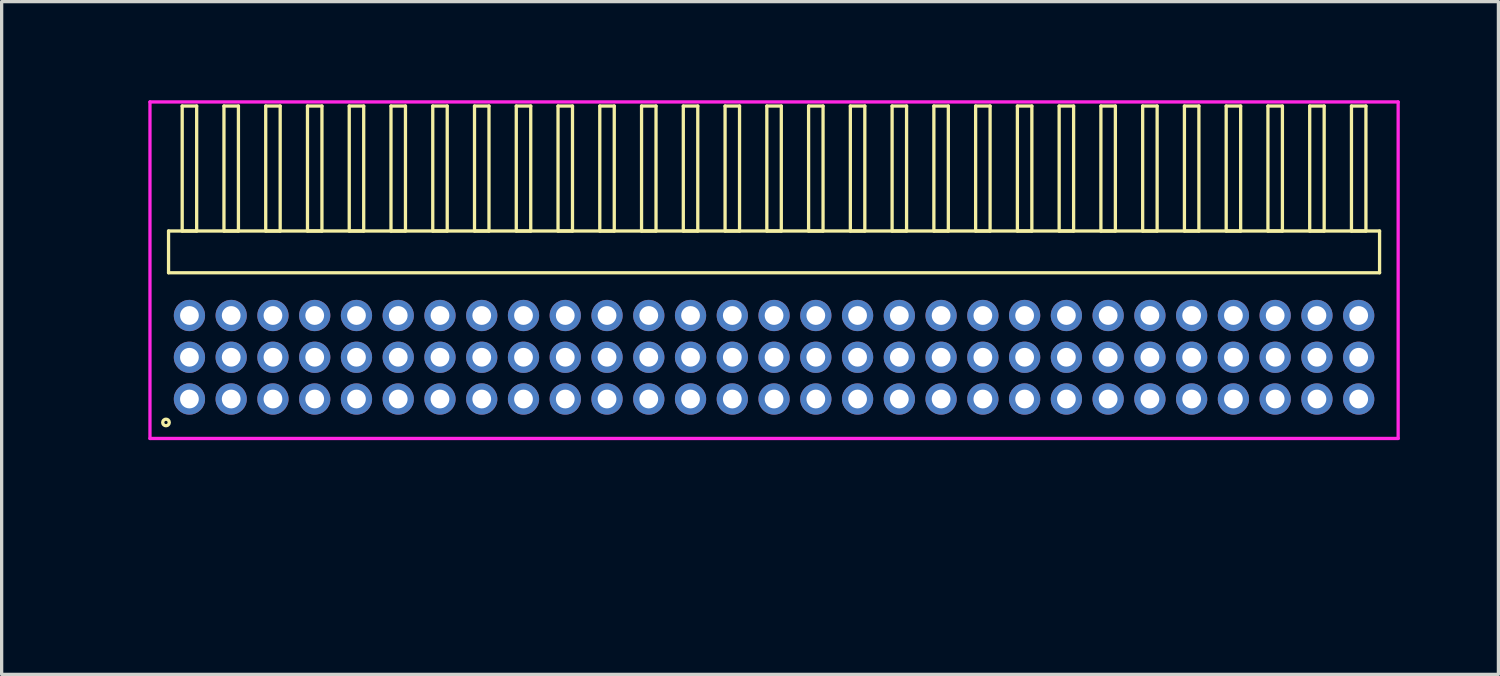
<source format=kicad_pcb>
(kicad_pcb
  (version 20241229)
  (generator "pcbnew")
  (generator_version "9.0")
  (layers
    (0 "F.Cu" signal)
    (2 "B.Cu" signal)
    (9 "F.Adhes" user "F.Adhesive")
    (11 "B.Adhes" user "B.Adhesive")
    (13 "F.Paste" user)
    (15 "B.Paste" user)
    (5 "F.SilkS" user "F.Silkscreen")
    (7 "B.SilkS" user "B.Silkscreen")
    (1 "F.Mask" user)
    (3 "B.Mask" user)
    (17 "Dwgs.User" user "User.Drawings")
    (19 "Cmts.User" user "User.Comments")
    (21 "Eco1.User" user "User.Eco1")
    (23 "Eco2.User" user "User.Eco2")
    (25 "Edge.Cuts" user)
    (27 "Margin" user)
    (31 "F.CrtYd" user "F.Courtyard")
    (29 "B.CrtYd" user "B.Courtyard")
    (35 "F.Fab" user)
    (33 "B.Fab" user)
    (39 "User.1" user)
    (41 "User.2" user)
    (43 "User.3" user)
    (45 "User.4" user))
  (footprint "HDR_RA127P29x3"
    (layer "F.Cu")
    (at 20.491 7.815)
    (property "Reference" "HDR_RA127P29x3" (at -19.73 0 90) (layer "User.1") (effects (font (size 1 1) (thickness 0.1))))
    (attr through_hole)
    (fp_line (start -18.415 -3.84) (end -18.415 -2.57) (stroke (width 0.1) (type solid)) (layer "F.SilkS"))
    (fp_line (start -18.415 -2.57) (end 18.415 -2.57) (stroke (width 0.1) (type solid)) (layer "F.SilkS"))
    (fp_line (start -18 -7.64) (end -18 -3.84) (stroke (width 0.1) (type solid)) (layer "F.SilkS"))
    (fp_line (start -18 -3.84) (end -17.56 -3.84) (stroke (width 0.1) (type solid)) (layer "F.SilkS"))
    (fp_line (start -17.56 -7.64) (end -18 -7.64) (stroke (width 0.1) (type solid)) (layer "F.SilkS"))
    (fp_line (start -17.56 -3.84) (end -17.56 -7.64) (stroke (width 0.1) (type solid)) (layer "F.SilkS"))
    (fp_line (start -16.73 -7.64) (end -16.73 -3.84) (stroke (width 0.1) (type solid)) (layer "F.SilkS"))
    (fp_line (start -16.73 -3.84) (end -16.29 -3.84) (stroke (width 0.1) (type solid)) (layer "F.SilkS"))
    (fp_line (start -16.29 -7.64) (end -16.73 -7.64) (stroke (width 0.1) (type solid)) (layer "F.SilkS"))
    (fp_line (start -16.29 -3.84) (end -16.29 -7.64) (stroke (width 0.1) (type solid)) (layer "F.SilkS"))
    (fp_line (start -15.46 -7.64) (end -15.46 -3.84) (stroke (width 0.1) (type solid)) (layer "F.SilkS"))
    (fp_line (start -15.46 -3.84) (end -15.02 -3.84) (stroke (width 0.1) (type solid)) (layer "F.SilkS"))
    (fp_line (start -15.02 -7.64) (end -15.46 -7.64) (stroke (width 0.1) (type solid)) (layer "F.SilkS"))
    (fp_line (start -15.02 -3.84) (end -15.02 -7.64) (stroke (width 0.1) (type solid)) (layer "F.SilkS"))
    (fp_line (start -14.19 -7.64) (end -14.19 -3.84) (stroke (width 0.1) (type solid)) (layer "F.SilkS"))
    (fp_line (start -14.19 -3.84) (end -13.75 -3.84) (stroke (width 0.1) (type solid)) (layer "F.SilkS"))
    (fp_line (start -13.75 -7.64) (end -14.19 -7.64) (stroke (width 0.1) (type solid)) (layer "F.SilkS"))
    (fp_line (start -13.75 -3.84) (end -13.75 -7.64) (stroke (width 0.1) (type solid)) (layer "F.SilkS"))
    (fp_line (start -12.92 -7.64) (end -12.92 -3.84) (stroke (width 0.1) (type solid)) (layer "F.SilkS"))
    (fp_line (start -12.92 -3.84) (end -12.48 -3.84) (stroke (width 0.1) (type solid)) (layer "F.SilkS"))
    (fp_line (start -12.48 -7.64) (end -12.92 -7.64) (stroke (width 0.1) (type solid)) (layer "F.SilkS"))
    (fp_line (start -12.48 -3.84) (end -12.48 -7.64) (stroke (width 0.1) (type solid)) (layer "F.SilkS"))
    (fp_line (start -11.65 -7.64) (end -11.65 -3.84) (stroke (width 0.1) (type solid)) (layer "F.SilkS"))
    (fp_line (start -11.65 -3.84) (end -11.21 -3.84) (stroke (width 0.1) (type solid)) (layer "F.SilkS"))
    (fp_line (start -11.21 -7.64) (end -11.65 -7.64) (stroke (width 0.1) (type solid)) (layer "F.SilkS"))
    (fp_line (start -11.21 -3.84) (end -11.21 -7.64) (stroke (width 0.1) (type solid)) (layer "F.SilkS"))
    (fp_line (start -10.38 -7.64) (end -10.38 -3.84) (stroke (width 0.1) (type solid)) (layer "F.SilkS"))
    (fp_line (start -10.38 -3.84) (end -9.94 -3.84) (stroke (width 0.1) (type solid)) (layer "F.SilkS"))
    (fp_line (start -9.94 -7.64) (end -10.38 -7.64) (stroke (width 0.1) (type solid)) (layer "F.SilkS"))
    (fp_line (start -9.94 -3.84) (end -9.94 -7.64) (stroke (width 0.1) (type solid)) (layer "F.SilkS"))
    (fp_line (start -9.11 -7.64) (end -9.11 -3.84) (stroke (width 0.1) (type solid)) (layer "F.SilkS"))
    (fp_line (start -9.11 -3.84) (end -8.67 -3.84) (stroke (width 0.1) (type solid)) (layer "F.SilkS"))
    (fp_line (start -8.67 -7.64) (end -9.11 -7.64) (stroke (width 0.1) (type solid)) (layer "F.SilkS"))
    (fp_line (start -8.67 -3.84) (end -8.67 -7.64) (stroke (width 0.1) (type solid)) (layer "F.SilkS"))
    (fp_line (start -7.84 -7.64) (end -7.84 -3.84) (stroke (width 0.1) (type solid)) (layer "F.SilkS"))
    (fp_line (start -7.84 -3.84) (end -7.4 -3.84) (stroke (width 0.1) (type solid)) (layer "F.SilkS"))
    (fp_line (start -7.4 -7.64) (end -7.84 -7.64) (stroke (width 0.1) (type solid)) (layer "F.SilkS"))
    (fp_line (start -7.4 -3.84) (end -7.4 -7.64) (stroke (width 0.1) (type solid)) (layer "F.SilkS"))
    (fp_line (start -6.57 -7.64) (end -6.57 -3.84) (stroke (width 0.1) (type solid)) (layer "F.SilkS"))
    (fp_line (start -6.57 -3.84) (end -6.13 -3.84) (stroke (width 0.1) (type solid)) (layer "F.SilkS"))
    (fp_line (start -6.13 -7.64) (end -6.57 -7.64) (stroke (width 0.1) (type solid)) (layer "F.SilkS"))
    (fp_line (start -6.13 -3.84) (end -6.13 -7.64) (stroke (width 0.1) (type solid)) (layer "F.SilkS"))
    (fp_line (start -5.3 -7.64) (end -5.3 -3.84) (stroke (width 0.1) (type solid)) (layer "F.SilkS"))
    (fp_line (start -5.3 -3.84) (end -4.86 -3.84) (stroke (width 0.1) (type solid)) (layer "F.SilkS"))
    (fp_line (start -4.86 -7.64) (end -5.3 -7.64) (stroke (width 0.1) (type solid)) (layer "F.SilkS"))
    (fp_line (start -4.86 -3.84) (end -4.86 -7.64) (stroke (width 0.1) (type solid)) (layer "F.SilkS"))
    (fp_line (start -4.03 -7.64) (end -4.03 -3.84) (stroke (width 0.1) (type solid)) (layer "F.SilkS"))
    (fp_line (start -4.03 -3.84) (end -3.59 -3.84) (stroke (width 0.1) (type solid)) (layer "F.SilkS"))
    (fp_line (start -3.59 -7.64) (end -4.03 -7.64) (stroke (width 0.1) (type solid)) (layer "F.SilkS"))
    (fp_line (start -3.59 -3.84) (end -3.59 -7.64) (stroke (width 0.1) (type solid)) (layer "F.SilkS"))
    (fp_line (start -2.76 -7.64) (end -2.76 -3.84) (stroke (width 0.1) (type solid)) (layer "F.SilkS"))
    (fp_line (start -2.76 -3.84) (end -2.32 -3.84) (stroke (width 0.1) (type solid)) (layer "F.SilkS"))
    (fp_line (start -2.32 -7.64) (end -2.76 -7.64) (stroke (width 0.1) (type solid)) (layer "F.SilkS"))
    (fp_line (start -2.32 -3.84) (end -2.32 -7.64) (stroke (width 0.1) (type solid)) (layer "F.SilkS"))
    (fp_line (start -1.49 -7.64) (end -1.49 -3.84) (stroke (width 0.1) (type solid)) (layer "F.SilkS"))
    (fp_line (start -1.49 -3.84) (end -1.05 -3.84) (stroke (width 0.1) (type solid)) (layer "F.SilkS"))
    (fp_line (start -1.05 -7.64) (end -1.49 -7.64) (stroke (width 0.1) (type solid)) (layer "F.SilkS"))
    (fp_line (start -1.05 -3.84) (end -1.05 -7.64) (stroke (width 0.1) (type solid)) (layer "F.SilkS"))
    (fp_line (start -0.22 -7.64) (end -0.22 -3.84) (stroke (width 0.1) (type solid)) (layer "F.SilkS"))
    (fp_line (start -0.22 -3.84) (end 0.22 -3.84) (stroke (width 0.1) (type solid)) (layer "F.SilkS"))
    (fp_line (start 0.22 -7.64) (end -0.22 -7.64) (stroke (width 0.1) (type solid)) (layer "F.SilkS"))
    (fp_line (start 0.22 -3.84) (end 0.22 -7.64) (stroke (width 0.1) (type solid)) (layer "F.SilkS"))
    (fp_line (start 1.05 -7.64) (end 1.05 -3.84) (stroke (width 0.1) (type solid)) (layer "F.SilkS"))
    (fp_line (start 1.05 -3.84) (end 1.49 -3.84) (stroke (width 0.1) (type solid)) (layer "F.SilkS"))
    (fp_line (start 1.49 -7.64) (end 1.05 -7.64) (stroke (width 0.1) (type solid)) (layer "F.SilkS"))
    (fp_line (start 1.49 -3.84) (end 1.49 -7.64) (stroke (width 0.1) (type solid)) (layer "F.SilkS"))
    (fp_line (start 2.32 -7.64) (end 2.32 -3.84) (stroke (width 0.1) (type solid)) (layer "F.SilkS"))
    (fp_line (start 2.32 -3.84) (end 2.76 -3.84) (stroke (width 0.1) (type solid)) (layer "F.SilkS"))
    (fp_line (start 2.76 -7.64) (end 2.32 -7.64) (stroke (width 0.1) (type solid)) (layer "F.SilkS"))
    (fp_line (start 2.76 -3.84) (end 2.76 -7.64) (stroke (width 0.1) (type solid)) (layer "F.SilkS"))
    (fp_line (start 3.59 -7.64) (end 3.59 -3.84) (stroke (width 0.1) (type solid)) (layer "F.SilkS"))
    (fp_line (start 3.59 -3.84) (end 4.03 -3.84) (stroke (width 0.1) (type solid)) (layer "F.SilkS"))
    (fp_line (start 4.03 -7.64) (end 3.59 -7.64) (stroke (width 0.1) (type solid)) (layer "F.SilkS"))
    (fp_line (start 4.03 -3.84) (end 4.03 -7.64) (stroke (width 0.1) (type solid)) (layer "F.SilkS"))
    (fp_line (start 4.86 -7.64) (end 4.86 -3.84) (stroke (width 0.1) (type solid)) (layer "F.SilkS"))
    (fp_line (start 4.86 -3.84) (end 5.3 -3.84) (stroke (width 0.1) (type solid)) (layer "F.SilkS"))
    (fp_line (start 5.3 -7.64) (end 4.86 -7.64) (stroke (width 0.1) (type solid)) (layer "F.SilkS"))
    (fp_line (start 5.3 -3.84) (end 5.3 -7.64) (stroke (width 0.1) (type solid)) (layer "F.SilkS"))
    (fp_line (start 6.13 -7.64) (end 6.13 -3.84) (stroke (width 0.1) (type solid)) (layer "F.SilkS"))
    (fp_line (start 6.13 -3.84) (end 6.57 -3.84) (stroke (width 0.1) (type solid)) (layer "F.SilkS"))
    (fp_line (start 6.57 -7.64) (end 6.13 -7.64) (stroke (width 0.1) (type solid)) (layer "F.SilkS"))
    (fp_line (start 6.57 -3.84) (end 6.57 -7.64) (stroke (width 0.1) (type solid)) (layer "F.SilkS"))
    (fp_line (start 7.4 -7.64) (end 7.4 -3.84) (stroke (width 0.1) (type solid)) (layer "F.SilkS"))
    (fp_line (start 7.4 -3.84) (end 7.84 -3.84) (stroke (width 0.1) (type solid)) (layer "F.SilkS"))
    (fp_line (start 7.84 -7.64) (end 7.4 -7.64) (stroke (width 0.1) (type solid)) (layer "F.SilkS"))
    (fp_line (start 7.84 -3.84) (end 7.84 -7.64) (stroke (width 0.1) (type solid)) (layer "F.SilkS"))
    (fp_line (start 8.67 -7.64) (end 8.67 -3.84) (stroke (width 0.1) (type solid)) (layer "F.SilkS"))
    (fp_line (start 8.67 -3.84) (end 9.11 -3.84) (stroke (width 0.1) (type solid)) (layer "F.SilkS"))
    (fp_line (start 9.11 -7.64) (end 8.67 -7.64) (stroke (width 0.1) (type solid)) (layer "F.SilkS"))
    (fp_line (start 9.11 -3.84) (end 9.11 -7.64) (stroke (width 0.1) (type solid)) (layer "F.SilkS"))
    (fp_line (start 9.94 -7.64) (end 9.94 -3.84) (stroke (width 0.1) (type solid)) (layer "F.SilkS"))
    (fp_line (start 9.94 -3.84) (end 10.38 -3.84) (stroke (width 0.1) (type solid)) (layer "F.SilkS"))
    (fp_line (start 10.38 -7.64) (end 9.94 -7.64) (stroke (width 0.1) (type solid)) (layer "F.SilkS"))
    (fp_line (start 10.38 -3.84) (end 10.38 -7.64) (stroke (width 0.1) (type solid)) (layer "F.SilkS"))
    (fp_line (start 11.21 -7.64) (end 11.21 -3.84) (stroke (width 0.1) (type solid)) (layer "F.SilkS"))
    (fp_line (start 11.21 -3.84) (end 11.65 -3.84) (stroke (width 0.1) (type solid)) (layer "F.SilkS"))
    (fp_line (start 11.65 -7.64) (end 11.21 -7.64) (stroke (width 0.1) (type solid)) (layer "F.SilkS"))
    (fp_line (start 11.65 -3.84) (end 11.65 -7.64) (stroke (width 0.1) (type solid)) (layer "F.SilkS"))
    (fp_line (start 12.48 -7.64) (end 12.48 -3.84) (stroke (width 0.1) (type solid)) (layer "F.SilkS"))
    (fp_line (start 12.48 -3.84) (end 12.92 -3.84) (stroke (width 0.1) (type solid)) (layer "F.SilkS"))
    (fp_line (start 12.92 -7.64) (end 12.48 -7.64) (stroke (width 0.1) (type solid)) (layer "F.SilkS"))
    (fp_line (start 12.92 -3.84) (end 12.92 -7.64) (stroke (width 0.1) (type solid)) (layer "F.SilkS"))
    (fp_line (start 13.75 -7.64) (end 13.75 -3.84) (stroke (width 0.1) (type solid)) (layer "F.SilkS"))
    (fp_line (start 13.75 -3.84) (end 14.19 -3.84) (stroke (width 0.1) (type solid)) (layer "F.SilkS"))
    (fp_line (start 14.19 -7.64) (end 13.75 -7.64) (stroke (width 0.1) (type solid)) (layer "F.SilkS"))
    (fp_line (start 14.19 -3.84) (end 14.19 -7.64) (stroke (width 0.1) (type solid)) (layer "F.SilkS"))
    (fp_line (start 15.02 -7.64) (end 15.02 -3.84) (stroke (width 0.1) (type solid)) (layer "F.SilkS"))
    (fp_line (start 15.02 -3.84) (end 15.46 -3.84) (stroke (width 0.1) (type solid)) (layer "F.SilkS"))
    (fp_line (start 15.46 -7.64) (end 15.02 -7.64) (stroke (width 0.1) (type solid)) (layer "F.SilkS"))
    (fp_line (start 15.46 -3.84) (end 15.46 -7.64) (stroke (width 0.1) (type solid)) (layer "F.SilkS"))
    (fp_line (start 16.29 -7.64) (end 16.29 -3.84) (stroke (width 0.1) (type solid)) (layer "F.SilkS"))
    (fp_line (start 16.29 -3.84) (end 16.73 -3.84) (stroke (width 0.1) (type solid)) (layer "F.SilkS"))
    (fp_line (start 16.73 -7.64) (end 16.29 -7.64) (stroke (width 0.1) (type solid)) (layer "F.SilkS"))
    (fp_line (start 16.73 -3.84) (end 16.73 -7.64) (stroke (width 0.1) (type solid)) (layer "F.SilkS"))
    (fp_line (start 17.56 -7.64) (end 17.56 -3.84) (stroke (width 0.1) (type solid)) (layer "F.SilkS"))
    (fp_line (start 17.56 -3.84) (end 18 -3.84) (stroke (width 0.1) (type solid)) (layer "F.SilkS"))
    (fp_line (start 18 -7.64) (end 17.56 -7.64) (stroke (width 0.1) (type solid)) (layer "F.SilkS"))
    (fp_line (start 18 -3.84) (end 18 -7.64) (stroke (width 0.1) (type solid)) (layer "F.SilkS"))
    (fp_line (start 18.415 -3.84) (end -18.415 -3.84) (stroke (width 0.1) (type solid)) (layer "F.SilkS"))
    (fp_line (start 18.415 -2.57) (end 18.415 -3.84) (stroke (width 0.1) (type solid)) (layer "F.SilkS"))
    (fp_circle (center -18.493 1.983) (end -18.393 1.983) (stroke (width 0.1) (type solid)) (fill no) (layer "F.SilkS"))
    (fp_line (start -18.98 -7.765) (end -18.98 2.47) (stroke (width 0.1) (type solid)) (layer "F.CrtYd"))
    (fp_line (start -18.98 2.47) (end 18.98 2.47) (stroke (width 0.1) (type solid)) (layer "F.CrtYd"))
    (fp_line (start 18.98 -7.765) (end -18.98 -7.765) (stroke (width 0.1) (type solid)) (layer "F.CrtYd"))
    (fp_line (start 18.98 2.47) (end 18.98 -7.765) (stroke (width 0.1) (type solid)) (layer "F.CrtYd"))
    (pad "1" thru_hole oval (at -17.78 1.27) (size 0.95 0.95) (drill 0.57) (layers "*.Cu" "*.Mask"))
    (pad "2" thru_hole oval (at -17.78 0) (size 0.95 0.95) (drill 0.57) (layers "*.Cu" "*.Mask"))
    (pad "3" thru_hole oval (at -17.78 -1.27) (size 0.95 0.95) (drill 0.57) (layers "*.Cu" "*.Mask"))
    (pad "4" thru_hole oval (at -16.51 1.27) (size 0.95 0.95) (drill 0.57) (layers "*.Cu" "*.Mask"))
    (pad "5" thru_hole oval (at -16.51 0) (size 0.95 0.95) (drill 0.57) (layers "*.Cu" "*.Mask"))
    (pad "6" thru_hole oval (at -16.51 -1.27) (size 0.95 0.95) (drill 0.57) (layers "*.Cu" "*.Mask"))
    (pad "7" thru_hole oval (at -15.24 1.27) (size 0.95 0.95) (drill 0.57) (layers "*.Cu" "*.Mask"))
    (pad "8" thru_hole oval (at -15.24 0) (size 0.95 0.95) (drill 0.57) (layers "*.Cu" "*.Mask"))
    (pad "9" thru_hole oval (at -15.24 -1.27) (size 0.95 0.95) (drill 0.57) (layers "*.Cu" "*.Mask"))
    (pad "10" thru_hole oval (at -13.97 1.27) (size 0.95 0.95) (drill 0.57) (layers "*.Cu" "*.Mask"))
    (pad "11" thru_hole oval (at -13.97 0) (size 0.95 0.95) (drill 0.57) (layers "*.Cu" "*.Mask"))
    (pad "12" thru_hole oval (at -13.97 -1.27) (size 0.95 0.95) (drill 0.57) (layers "*.Cu" "*.Mask"))
    (pad "13" thru_hole oval (at -12.7 1.27) (size 0.95 0.95) (drill 0.57) (layers "*.Cu" "*.Mask"))
    (pad "14" thru_hole oval (at -12.7 0) (size 0.95 0.95) (drill 0.57) (layers "*.Cu" "*.Mask"))
    (pad "15" thru_hole oval (at -12.7 -1.27) (size 0.95 0.95) (drill 0.57) (layers "*.Cu" "*.Mask"))
    (pad "16" thru_hole oval (at -11.43 1.27) (size 0.95 0.95) (drill 0.57) (layers "*.Cu" "*.Mask"))
    (pad "17" thru_hole oval (at -11.43 0) (size 0.95 0.95) (drill 0.57) (layers "*.Cu" "*.Mask"))
    (pad "18" thru_hole oval (at -11.43 -1.27) (size 0.95 0.95) (drill 0.57) (layers "*.Cu" "*.Mask"))
    (pad "19" thru_hole oval (at -10.16 1.27) (size 0.95 0.95) (drill 0.57) (layers "*.Cu" "*.Mask"))
    (pad "20" thru_hole oval (at -10.16 0) (size 0.95 0.95) (drill 0.57) (layers "*.Cu" "*.Mask"))
    (pad "21" thru_hole oval (at -10.16 -1.27) (size 0.95 0.95) (drill 0.57) (layers "*.Cu" "*.Mask"))
    (pad "22" thru_hole oval (at -8.89 1.27) (size 0.95 0.95) (drill 0.57) (layers "*.Cu" "*.Mask"))
    (pad "23" thru_hole oval (at -8.89 0) (size 0.95 0.95) (drill 0.57) (layers "*.Cu" "*.Mask"))
    (pad "24" thru_hole oval (at -8.89 -1.27) (size 0.95 0.95) (drill 0.57) (layers "*.Cu" "*.Mask"))
    (pad "25" thru_hole oval (at -7.62 1.27) (size 0.95 0.95) (drill 0.57) (layers "*.Cu" "*.Mask"))
    (pad "26" thru_hole oval (at -7.62 0) (size 0.95 0.95) (drill 0.57) (layers "*.Cu" "*.Mask"))
    (pad "27" thru_hole oval (at -7.62 -1.27) (size 0.95 0.95) (drill 0.57) (layers "*.Cu" "*.Mask"))
    (pad "28" thru_hole oval (at -6.35 1.27) (size 0.95 0.95) (drill 0.57) (layers "*.Cu" "*.Mask"))
    (pad "29" thru_hole oval (at -6.35 0) (size 0.95 0.95) (drill 0.57) (layers "*.Cu" "*.Mask"))
    (pad "30" thru_hole oval (at -6.35 -1.27) (size 0.95 0.95) (drill 0.57) (layers "*.Cu" "*.Mask"))
    (pad "31" thru_hole oval (at -5.08 1.27) (size 0.95 0.95) (drill 0.57) (layers "*.Cu" "*.Mask"))
    (pad "32" thru_hole oval (at -5.08 0) (size 0.95 0.95) (drill 0.57) (layers "*.Cu" "*.Mask"))
    (pad "33" thru_hole oval (at -5.08 -1.27) (size 0.95 0.95) (drill 0.57) (layers "*.Cu" "*.Mask"))
    (pad "34" thru_hole oval (at -3.81 1.27) (size 0.95 0.95) (drill 0.57) (layers "*.Cu" "*.Mask"))
    (pad "35" thru_hole oval (at -3.81 0) (size 0.95 0.95) (drill 0.57) (layers "*.Cu" "*.Mask"))
    (pad "36" thru_hole oval (at -3.81 -1.27) (size 0.95 0.95) (drill 0.57) (layers "*.Cu" "*.Mask"))
    (pad "37" thru_hole oval (at -2.54 1.27) (size 0.95 0.95) (drill 0.57) (layers "*.Cu" "*.Mask"))
    (pad "38" thru_hole oval (at -2.54 0) (size 0.95 0.95) (drill 0.57) (layers "*.Cu" "*.Mask"))
    (pad "39" thru_hole oval (at -2.54 -1.27) (size 0.95 0.95) (drill 0.57) (layers "*.Cu" "*.Mask"))
    (pad "40" thru_hole oval (at -1.27 1.27) (size 0.95 0.95) (drill 0.57) (layers "*.Cu" "*.Mask"))
    (pad "41" thru_hole oval (at -1.27 0) (size 0.95 0.95) (drill 0.57) (layers "*.Cu" "*.Mask"))
    (pad "42" thru_hole oval (at -1.27 -1.27) (size 0.95 0.95) (drill 0.57) (layers "*.Cu" "*.Mask"))
    (pad "43" thru_hole oval (at 0 1.27) (size 0.95 0.95) (drill 0.57) (layers "*.Cu" "*.Mask"))
    (pad "44" thru_hole oval (at 0 0) (size 0.95 0.95) (drill 0.57) (layers "*.Cu" "*.Mask"))
    (pad "45" thru_hole oval (at 0 -1.27) (size 0.95 0.95) (drill 0.57) (layers "*.Cu" "*.Mask"))
    (pad "46" thru_hole oval (at 1.27 1.27) (size 0.95 0.95) (drill 0.57) (layers "*.Cu" "*.Mask"))
    (pad "47" thru_hole oval (at 1.27 0) (size 0.95 0.95) (drill 0.57) (layers "*.Cu" "*.Mask"))
    (pad "48" thru_hole oval (at 1.27 -1.27) (size 0.95 0.95) (drill 0.57) (layers "*.Cu" "*.Mask"))
    (pad "49" thru_hole oval (at 2.54 1.27) (size 0.95 0.95) (drill 0.57) (layers "*.Cu" "*.Mask"))
    (pad "50" thru_hole oval (at 2.54 0) (size 0.95 0.95) (drill 0.57) (layers "*.Cu" "*.Mask"))
    (pad "51" thru_hole oval (at 2.54 -1.27) (size 0.95 0.95) (drill 0.57) (layers "*.Cu" "*.Mask"))
    (pad "52" thru_hole oval (at 3.81 1.27) (size 0.95 0.95) (drill 0.57) (layers "*.Cu" "*.Mask"))
    (pad "53" thru_hole oval (at 3.81 0) (size 0.95 0.95) (drill 0.57) (layers "*.Cu" "*.Mask"))
    (pad "54" thru_hole oval (at 3.81 -1.27) (size 0.95 0.95) (drill 0.57) (layers "*.Cu" "*.Mask"))
    (pad "55" thru_hole oval (at 5.08 1.27) (size 0.95 0.95) (drill 0.57) (layers "*.Cu" "*.Mask"))
    (pad "56" thru_hole oval (at 5.08 0) (size 0.95 0.95) (drill 0.57) (layers "*.Cu" "*.Mask"))
    (pad "57" thru_hole oval (at 5.08 -1.27) (size 0.95 0.95) (drill 0.57) (layers "*.Cu" "*.Mask"))
    (pad "58" thru_hole oval (at 6.35 1.27) (size 0.95 0.95) (drill 0.57) (layers "*.Cu" "*.Mask"))
    (pad "59" thru_hole oval (at 6.35 0) (size 0.95 0.95) (drill 0.57) (layers "*.Cu" "*.Mask"))
    (pad "60" thru_hole oval (at 6.35 -1.27) (size 0.95 0.95) (drill 0.57) (layers "*.Cu" "*.Mask"))
    (pad "61" thru_hole oval (at 7.62 1.27) (size 0.95 0.95) (drill 0.57) (layers "*.Cu" "*.Mask"))
    (pad "62" thru_hole oval (at 7.62 0) (size 0.95 0.95) (drill 0.57) (layers "*.Cu" "*.Mask"))
    (pad "63" thru_hole oval (at 7.62 -1.27) (size 0.95 0.95) (drill 0.57) (layers "*.Cu" "*.Mask"))
    (pad "64" thru_hole oval (at 8.89 1.27) (size 0.95 0.95) (drill 0.57) (layers "*.Cu" "*.Mask"))
    (pad "65" thru_hole oval (at 8.89 0) (size 0.95 0.95) (drill 0.57) (layers "*.Cu" "*.Mask"))
    (pad "66" thru_hole oval (at 8.89 -1.27) (size 0.95 0.95) (drill 0.57) (layers "*.Cu" "*.Mask"))
    (pad "67" thru_hole oval (at 10.16 1.27) (size 0.95 0.95) (drill 0.57) (layers "*.Cu" "*.Mask"))
    (pad "68" thru_hole oval (at 10.16 0) (size 0.95 0.95) (drill 0.57) (layers "*.Cu" "*.Mask"))
    (pad "69" thru_hole oval (at 10.16 -1.27) (size 0.95 0.95) (drill 0.57) (layers "*.Cu" "*.Mask"))
    (pad "70" thru_hole oval (at 11.43 1.27) (size 0.95 0.95) (drill 0.57) (layers "*.Cu" "*.Mask"))
    (pad "71" thru_hole oval (at 11.43 0) (size 0.95 0.95) (drill 0.57) (layers "*.Cu" "*.Mask"))
    (pad "72" thru_hole oval (at 11.43 -1.27) (size 0.95 0.95) (drill 0.57) (layers "*.Cu" "*.Mask"))
    (pad "73" thru_hole oval (at 12.7 1.27) (size 0.95 0.95) (drill 0.57) (layers "*.Cu" "*.Mask"))
    (pad "74" thru_hole oval (at 12.7 0) (size 0.95 0.95) (drill 0.57) (layers "*.Cu" "*.Mask"))
    (pad "75" thru_hole oval (at 12.7 -1.27) (size 0.95 0.95) (drill 0.57) (layers "*.Cu" "*.Mask"))
    (pad "76" thru_hole oval (at 13.97 1.27) (size 0.95 0.95) (drill 0.57) (layers "*.Cu" "*.Mask"))
    (pad "77" thru_hole oval (at 13.97 0) (size 0.95 0.95) (drill 0.57) (layers "*.Cu" "*.Mask"))
    (pad "78" thru_hole oval (at 13.97 -1.27) (size 0.95 0.95) (drill 0.57) (layers "*.Cu" "*.Mask"))
    (pad "79" thru_hole oval (at 15.24 1.27) (size 0.95 0.95) (drill 0.57) (layers "*.Cu" "*.Mask"))
    (pad "80" thru_hole oval (at 15.24 0) (size 0.95 0.95) (drill 0.57) (layers "*.Cu" "*.Mask"))
    (pad "81" thru_hole oval (at 15.24 -1.27) (size 0.95 0.95) (drill 0.57) (layers "*.Cu" "*.Mask"))
    (pad "82" thru_hole oval (at 16.51 1.27) (size 0.95 0.95) (drill 0.57) (layers "*.Cu" "*.Mask"))
    (pad "83" thru_hole oval (at 16.51 0) (size 0.95 0.95) (drill 0.57) (layers "*.Cu" "*.Mask"))
    (pad "84" thru_hole oval (at 16.51 -1.27) (size 0.95 0.95) (drill 0.57) (layers "*.Cu" "*.Mask"))
    (pad "85" thru_hole oval (at 17.78 1.27) (size 0.95 0.95) (drill 0.57) (layers "*.Cu" "*.Mask"))
    (pad "86" thru_hole oval (at 17.78 0) (size 0.95 0.95) (drill 0.57) (layers "*.Cu" "*.Mask"))
    (pad "87" thru_hole oval (at 17.78 -1.27) (size 0.95 0.95) (drill 0.57) (layers "*.Cu" "*.Mask")))
  (gr_rect
    (start -3 -3)
    (end 42.52 17.46)
    (stroke (width 0.1) (type default))
    (fill no)
    (layer "Edge.Cuts")))
</source>
